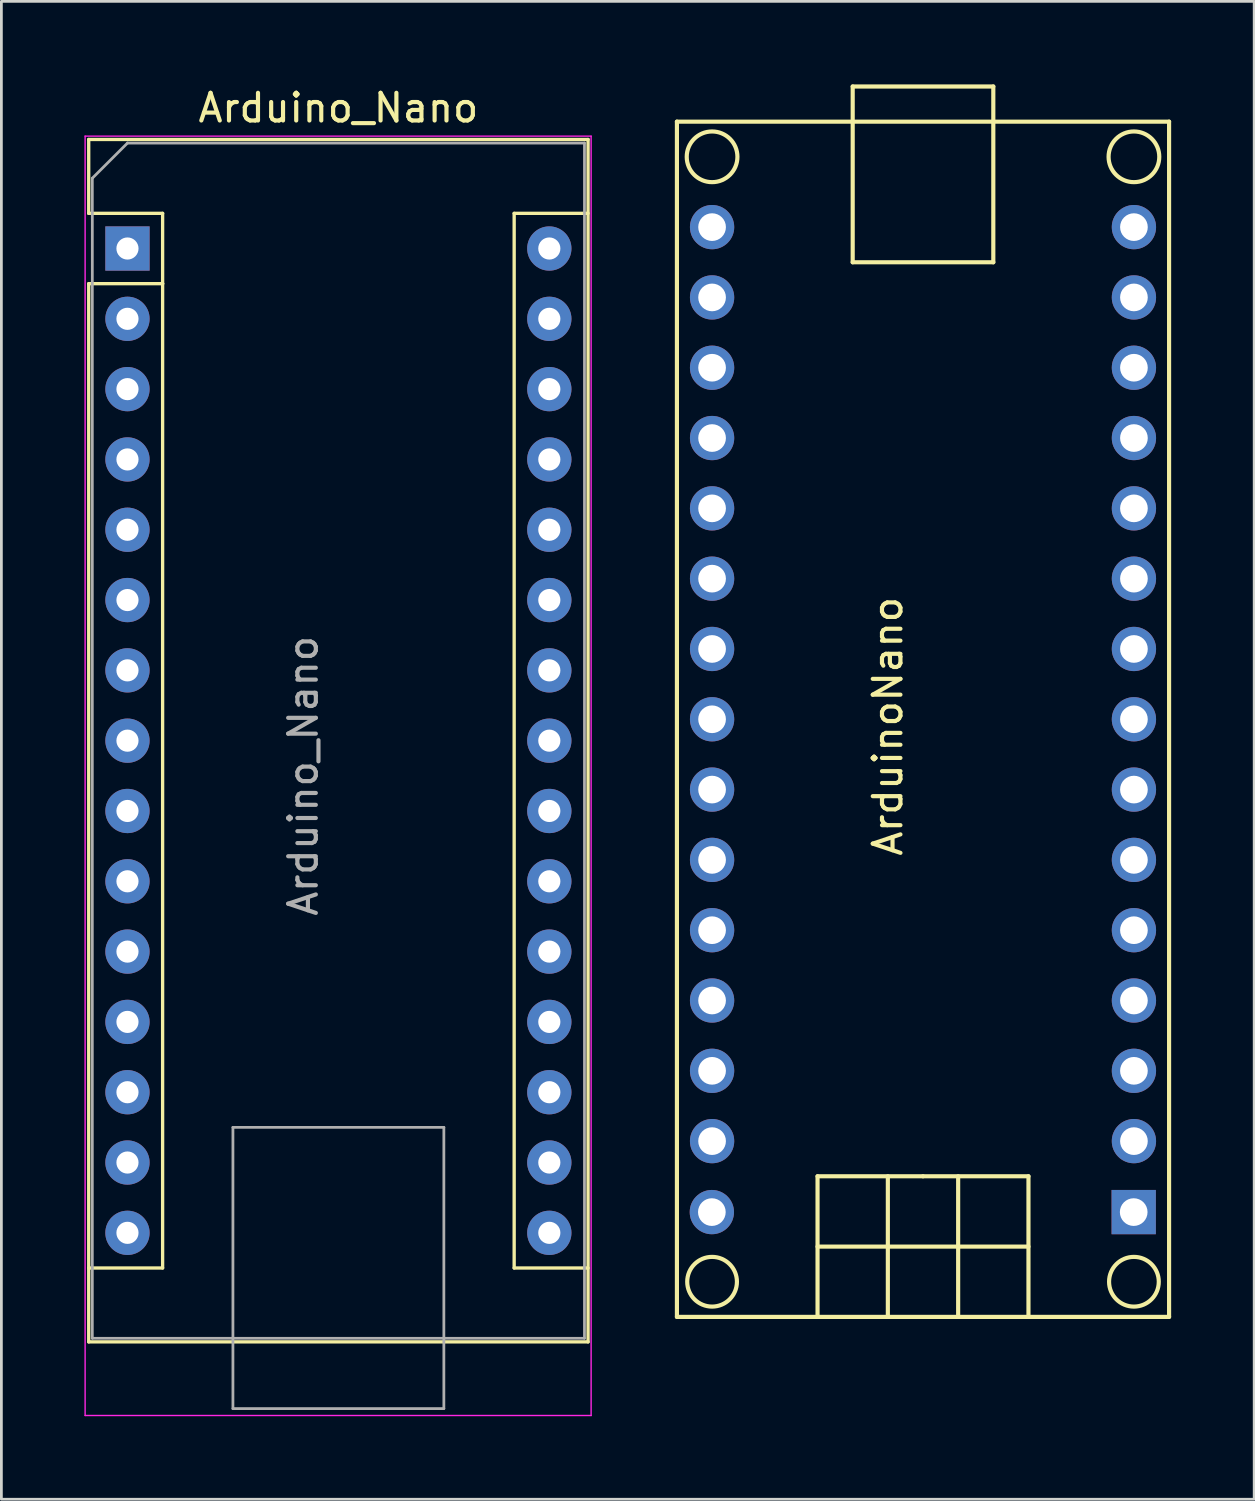
<source format=kicad_pcb>
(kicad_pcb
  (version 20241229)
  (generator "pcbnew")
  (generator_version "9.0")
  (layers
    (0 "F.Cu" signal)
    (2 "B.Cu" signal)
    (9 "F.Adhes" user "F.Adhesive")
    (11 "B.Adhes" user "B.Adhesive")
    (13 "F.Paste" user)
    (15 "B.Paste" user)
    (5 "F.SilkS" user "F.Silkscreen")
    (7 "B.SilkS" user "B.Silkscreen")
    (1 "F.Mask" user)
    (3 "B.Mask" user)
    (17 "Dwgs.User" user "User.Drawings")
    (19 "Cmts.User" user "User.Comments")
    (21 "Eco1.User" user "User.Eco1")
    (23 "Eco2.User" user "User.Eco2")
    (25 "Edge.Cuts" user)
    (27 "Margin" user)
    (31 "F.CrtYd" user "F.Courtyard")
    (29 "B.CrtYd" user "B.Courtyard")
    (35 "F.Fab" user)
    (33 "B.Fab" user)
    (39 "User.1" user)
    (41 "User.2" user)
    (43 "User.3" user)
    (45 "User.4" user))
  (footprint "Arduino_Nano"
    (layer "F.Cu")
    (at 1.555 5.928)
    (property "Reference" "Arduino_Nano" (at 7.62 -5.08 0) (layer "F.SilkS") (effects (font (size 1 1) (thickness 0.15))))
    (attr through_hole)
    (fp_line (start -1.4 -3.94) (end -1.4 -1.27) (stroke (width 0.12) (type solid)) (layer "F.SilkS"))
    (fp_line (start -1.4 1.27) (end -1.4 39.5) (stroke (width 0.12) (type solid)) (layer "F.SilkS"))
    (fp_line (start -1.4 39.5) (end 16.64 39.5) (stroke (width 0.12) (type solid)) (layer "F.SilkS"))
    (fp_line (start 1.27 -1.27) (end -1.4 -1.27) (stroke (width 0.12) (type solid)) (layer "F.SilkS"))
    (fp_line (start 1.27 1.27) (end -1.4 1.27) (stroke (width 0.12) (type solid)) (layer "F.SilkS"))
    (fp_line (start 1.27 1.27) (end 1.27 -1.27) (stroke (width 0.12) (type solid)) (layer "F.SilkS"))
    (fp_line (start 1.27 1.27) (end 1.27 36.83) (stroke (width 0.12) (type solid)) (layer "F.SilkS"))
    (fp_line (start 1.27 36.83) (end -1.4 36.83) (stroke (width 0.12) (type solid)) (layer "F.SilkS"))
    (fp_line (start 13.97 -1.27) (end 13.97 36.83) (stroke (width 0.12) (type solid)) (layer "F.SilkS"))
    (fp_line (start 13.97 -1.27) (end 16.64 -1.27) (stroke (width 0.12) (type solid)) (layer "F.SilkS"))
    (fp_line (start 13.97 36.83) (end 16.64 36.83) (stroke (width 0.12) (type solid)) (layer "F.SilkS"))
    (fp_line (start 16.64 -3.94) (end -1.4 -3.94) (stroke (width 0.12) (type solid)) (layer "F.SilkS"))
    (fp_line (start 16.64 39.5) (end 16.64 -3.94) (stroke (width 0.12) (type solid)) (layer "F.SilkS"))
    (fp_line (start -1.53 -4.06) (end -1.53 42.16) (stroke (width 0.05) (type solid)) (layer "F.CrtYd"))
    (fp_line (start -1.53 -4.06) (end 16.75 -4.06) (stroke (width 0.05) (type solid)) (layer "F.CrtYd"))
    (fp_line (start 16.75 42.16) (end -1.53 42.16) (stroke (width 0.05) (type solid)) (layer "F.CrtYd"))
    (fp_line (start 16.75 42.16) (end 16.75 -4.06) (stroke (width 0.05) (type solid)) (layer "F.CrtYd"))
    (fp_line (start -1.27 -2.54) (end 0 -3.81) (stroke (width 0.1) (type solid)) (layer "F.Fab"))
    (fp_line (start -1.27 39.37) (end -1.27 -2.54) (stroke (width 0.1) (type solid)) (layer "F.Fab"))
    (fp_line (start 0 -3.81) (end 16.51 -3.81) (stroke (width 0.1) (type solid)) (layer "F.Fab"))
    (fp_line (start 3.81 31.75) (end 11.43 31.75) (stroke (width 0.1) (type solid)) (layer "F.Fab"))
    (fp_line (start 3.81 41.91) (end 3.81 31.75) (stroke (width 0.1) (type solid)) (layer "F.Fab"))
    (fp_line (start 11.43 31.75) (end 11.43 41.91) (stroke (width 0.1) (type solid)) (layer "F.Fab"))
    (fp_line (start 11.43 41.91) (end 3.81 41.91) (stroke (width 0.1) (type solid)) (layer "F.Fab"))
    (fp_line (start 16.51 -3.81) (end 16.51 39.37) (stroke (width 0.1) (type solid)) (layer "F.Fab"))
    (fp_line (start 16.51 39.37) (end -1.27 39.37) (stroke (width 0.1) (type solid)) (layer "F.Fab"))
    (fp_text user "${REFERENCE}" (at 6.35 19.05 90) (layer "F.Fab") (effects (font (size 1 1) (thickness 0.15))))
    (pad "1" thru_hole rect (at 0 0) (size 1.6 1.6) (drill 0.8) (layers "*.Cu" "*.Mask"))
    (pad "2" thru_hole oval (at 0 2.54) (size 1.6 1.6) (drill 0.8) (layers "*.Cu" "*.Mask"))
    (pad "3" thru_hole oval (at 0 5.08) (size 1.6 1.6) (drill 0.8) (layers "*.Cu" "*.Mask"))
    (pad "4" thru_hole oval (at 0 7.62) (size 1.6 1.6) (drill 0.8) (layers "*.Cu" "*.Mask"))
    (pad "5" thru_hole oval (at 0 10.16) (size 1.6 1.6) (drill 0.8) (layers "*.Cu" "*.Mask"))
    (pad "6" thru_hole oval (at 0 12.7) (size 1.6 1.6) (drill 0.8) (layers "*.Cu" "*.Mask"))
    (pad "7" thru_hole oval (at 0 15.24) (size 1.6 1.6) (drill 0.8) (layers "*.Cu" "*.Mask"))
    (pad "8" thru_hole oval (at 0 17.78) (size 1.6 1.6) (drill 0.8) (layers "*.Cu" "*.Mask"))
    (pad "9" thru_hole oval (at 0 20.32) (size 1.6 1.6) (drill 0.8) (layers "*.Cu" "*.Mask"))
    (pad "10" thru_hole oval (at 0 22.86) (size 1.6 1.6) (drill 0.8) (layers "*.Cu" "*.Mask"))
    (pad "11" thru_hole oval (at 0 25.4) (size 1.6 1.6) (drill 0.8) (layers "*.Cu" "*.Mask"))
    (pad "12" thru_hole oval (at 0 27.94) (size 1.6 1.6) (drill 0.8) (layers "*.Cu" "*.Mask"))
    (pad "13" thru_hole oval (at 0 30.48) (size 1.6 1.6) (drill 0.8) (layers "*.Cu" "*.Mask"))
    (pad "14" thru_hole oval (at 0 33.02) (size 1.6 1.6) (drill 0.8) (layers "*.Cu" "*.Mask"))
    (pad "15" thru_hole oval (at 0 35.56) (size 1.6 1.6) (drill 0.8) (layers "*.Cu" "*.Mask"))
    (pad "16" thru_hole oval (at 15.24 35.56) (size 1.6 1.6) (drill 0.8) (layers "*.Cu" "*.Mask"))
    (pad "17" thru_hole oval (at 15.24 33.02) (size 1.6 1.6) (drill 0.8) (layers "*.Cu" "*.Mask"))
    (pad "18" thru_hole oval (at 15.24 30.48) (size 1.6 1.6) (drill 0.8) (layers "*.Cu" "*.Mask"))
    (pad "19" thru_hole oval (at 15.24 27.94) (size 1.6 1.6) (drill 0.8) (layers "*.Cu" "*.Mask"))
    (pad "20" thru_hole oval (at 15.24 25.4) (size 1.6 1.6) (drill 0.8) (layers "*.Cu" "*.Mask"))
    (pad "21" thru_hole oval (at 15.24 22.86) (size 1.6 1.6) (drill 0.8) (layers "*.Cu" "*.Mask"))
    (pad "22" thru_hole oval (at 15.24 20.32) (size 1.6 1.6) (drill 0.8) (layers "*.Cu" "*.Mask"))
    (pad "23" thru_hole oval (at 15.24 17.78) (size 1.6 1.6) (drill 0.8) (layers "*.Cu" "*.Mask"))
    (pad "24" thru_hole oval (at 15.24 15.24) (size 1.6 1.6) (drill 0.8) (layers "*.Cu" "*.Mask"))
    (pad "25" thru_hole oval (at 15.24 12.7) (size 1.6 1.6) (drill 0.8) (layers "*.Cu" "*.Mask"))
    (pad "26" thru_hole oval (at 15.24 10.16) (size 1.6 1.6) (drill 0.8) (layers "*.Cu" "*.Mask"))
    (pad "27" thru_hole oval (at 15.24 7.62) (size 1.6 1.6) (drill 0.8) (layers "*.Cu" "*.Mask"))
    (pad "28" thru_hole oval (at 15.24 5.08) (size 1.6 1.6) (drill 0.8) (layers "*.Cu" "*.Mask"))
    (pad "29" thru_hole oval (at 15.24 2.54) (size 1.6 1.6) (drill 0.8) (layers "*.Cu" "*.Mask"))
    (pad "30" thru_hole oval (at 15.24 0) (size 1.6 1.6) (drill 0.8) (layers "*.Cu" "*.Mask")))
  (footprint "ArduinoNano"
    (layer "F.Cu")
    (at 30.295 22.935)
    (property "Reference" "ArduinoNano" (at -1.27 0.254 90) (layer "F.SilkS") (effects (font (size 1 1) (thickness 0.15))))
    (attr through_hole)
    (fp_line (start -8.89 -21.59) (end -8.89 21.59) (stroke (width 0.15) (type solid)) (layer "F.SilkS"))
    (fp_line (start -8.89 21.59) (end 8.89 21.59) (stroke (width 0.15) (type solid)) (layer "F.SilkS"))
    (fp_line (start -3.81 16.51) (end -3.81 21.59) (stroke (width 0.15) (type solid)) (layer "F.SilkS"))
    (fp_line (start -3.81 19.05) (end 3.81 19.05) (stroke (width 0.15) (type solid)) (layer "F.SilkS"))
    (fp_line (start -2.54 -22.86) (end 2.54 -22.86) (stroke (width 0.15) (type solid)) (layer "F.SilkS"))
    (fp_line (start -2.54 -16.51) (end -2.54 -22.86) (stroke (width 0.15) (type solid)) (layer "F.SilkS"))
    (fp_line (start -1.27 21.59) (end -1.27 16.51) (stroke (width 0.15) (type solid)) (layer "F.SilkS"))
    (fp_line (start 0 16.51) (end -3.81 16.51) (stroke (width 0.15) (type solid)) (layer "F.SilkS"))
    (fp_line (start 0 16.51) (end 3.81 16.51) (stroke (width 0.15) (type solid)) (layer "F.SilkS"))
    (fp_line (start 1.27 21.59) (end 1.27 16.51) (stroke (width 0.15) (type solid)) (layer "F.SilkS"))
    (fp_line (start 2.54 -22.86) (end 2.54 -16.51) (stroke (width 0.15) (type solid)) (layer "F.SilkS"))
    (fp_line (start 2.54 -16.51) (end -2.54 -16.51) (stroke (width 0.15) (type solid)) (layer "F.SilkS"))
    (fp_line (start 3.81 16.51) (end 3.81 21.59) (stroke (width 0.15) (type solid)) (layer "F.SilkS"))
    (fp_line (start 8.89 -21.59) (end -8.89 -21.59) (stroke (width 0.15) (type solid)) (layer "F.SilkS"))
    (fp_line (start 8.89 21.59) (end 8.89 -21.59) (stroke (width 0.15) (type solid)) (layer "F.SilkS"))
    (fp_circle (center -7.62 -20.32) (end -6.858 -19.812) (stroke (width 0.15) (type solid)) (fill no) (layer "F.SilkS"))
    (fp_circle (center -7.62 20.32) (end -6.985 20.955) (stroke (width 0.15) (type solid)) (fill no) (layer "F.SilkS"))
    (fp_circle (center 7.62 -20.32) (end 8.128 -19.558) (stroke (width 0.15) (type solid)) (fill no) (layer "F.SilkS"))
    (fp_circle (center 7.62 20.32) (end 6.985 19.685) (stroke (width 0.15) (type solid)) (fill no) (layer "F.SilkS"))
    (pad "1" thru_hole rect (at 7.612 17.804) (size 1.6 1.6) (drill 1) (layers "*.Cu" "*.Mask"))
    (pad "2" thru_hole circle (at 7.62 15.24) (size 1.6 1.6) (drill 1) (layers "*.Cu" "*.Mask"))
    (pad "3" thru_hole circle (at 7.62 12.7) (size 1.6 1.6) (drill 1) (layers "*.Cu" "*.Mask"))
    (pad "4" thru_hole circle (at 7.62 10.16) (size 1.6 1.6) (drill 1) (layers "*.Cu" "*.Mask"))
    (pad "5" thru_hole circle (at 7.62 7.62) (size 1.6 1.6) (drill 1) (layers "*.Cu" "*.Mask"))
    (pad "6" thru_hole circle (at 7.62 5.08) (size 1.6 1.6) (drill 1) (layers "*.Cu" "*.Mask"))
    (pad "7" thru_hole circle (at 7.62 2.54) (size 1.6 1.6) (drill 1) (layers "*.Cu" "*.Mask"))
    (pad "8" thru_hole circle (at 7.62 0) (size 1.6 1.6) (drill 1) (layers "*.Cu" "*.Mask"))
    (pad "9" thru_hole circle (at 7.62 -2.54) (size 1.6 1.6) (drill 1) (layers "*.Cu" "*.Mask"))
    (pad "10" thru_hole circle (at 7.62 -5.08) (size 1.6 1.6) (drill 1) (layers "*.Cu" "*.Mask"))
    (pad "11" thru_hole circle (at 7.62 -7.62) (size 1.6 1.6) (drill 1) (layers "*.Cu" "*.Mask"))
    (pad "12" thru_hole circle (at 7.62 -10.16) (size 1.6 1.6) (drill 1) (layers "*.Cu" "*.Mask"))
    (pad "13" thru_hole circle (at 7.62 -12.7) (size 1.6 1.6) (drill 1) (layers "*.Cu" "*.Mask"))
    (pad "14" thru_hole circle (at 7.62 -15.24) (size 1.6 1.6) (drill 1) (layers "*.Cu" "*.Mask"))
    (pad "15" thru_hole circle (at 7.62 -17.78) (size 1.6 1.6) (drill 1) (layers "*.Cu" "*.Mask"))
    (pad "16" thru_hole circle (at -7.62 -17.78) (size 1.6 1.6) (drill 1) (layers "*.Cu" "*.Mask"))
    (pad "17" thru_hole circle (at -7.62 -15.24) (size 1.6 1.6) (drill 1) (layers "*.Cu" "*.Mask"))
    (pad "18" thru_hole circle (at -7.62 -12.7) (size 1.6 1.6) (drill 1) (layers "*.Cu" "*.Mask"))
    (pad "19" thru_hole circle (at -7.62 -10.16) (size 1.6 1.6) (drill 1) (layers "*.Cu" "*.Mask"))
    (pad "20" thru_hole circle (at -7.62 -7.62) (size 1.6 1.6) (drill 1) (layers "*.Cu" "*.Mask"))
    (pad "21" thru_hole circle (at -7.62 -5.08) (size 1.6 1.6) (drill 1) (layers "*.Cu" "*.Mask"))
    (pad "22" thru_hole circle (at -7.62 -2.54) (size 1.6 1.6) (drill 1) (layers "*.Cu" "*.Mask"))
    (pad "23" thru_hole circle (at -7.62 0) (size 1.6 1.6) (drill 1) (layers "*.Cu" "*.Mask"))
    (pad "24" thru_hole circle (at -7.62 2.54) (size 1.6 1.6) (drill 1) (layers "*.Cu" "*.Mask"))
    (pad "25" thru_hole circle (at -7.62 5.08) (size 1.6 1.6) (drill 1) (layers "*.Cu" "*.Mask"))
    (pad "26" thru_hole circle (at -7.62 7.62) (size 1.6 1.6) (drill 1) (layers "*.Cu" "*.Mask"))
    (pad "27" thru_hole circle (at -7.62 10.16) (size 1.6 1.6) (drill 1) (layers "*.Cu" "*.Mask"))
    (pad "28" thru_hole circle (at -7.62 12.7) (size 1.6 1.6) (drill 1) (layers "*.Cu" "*.Mask"))
    (pad "29" thru_hole circle (at -7.62 15.24) (size 1.6 1.6) (drill 1) (layers "*.Cu" "*.Mask"))
    (pad "30" thru_hole circle (at -7.628 17.804) (size 1.6 1.6) (drill 1) (layers "*.Cu" "*.Mask")))
  (gr_rect
    (start -3 -3)
    (end 42.26 51.113)
    (stroke (width 0.1) (type default))
    (fill no)
    (layer "Edge.Cuts")))
</source>
